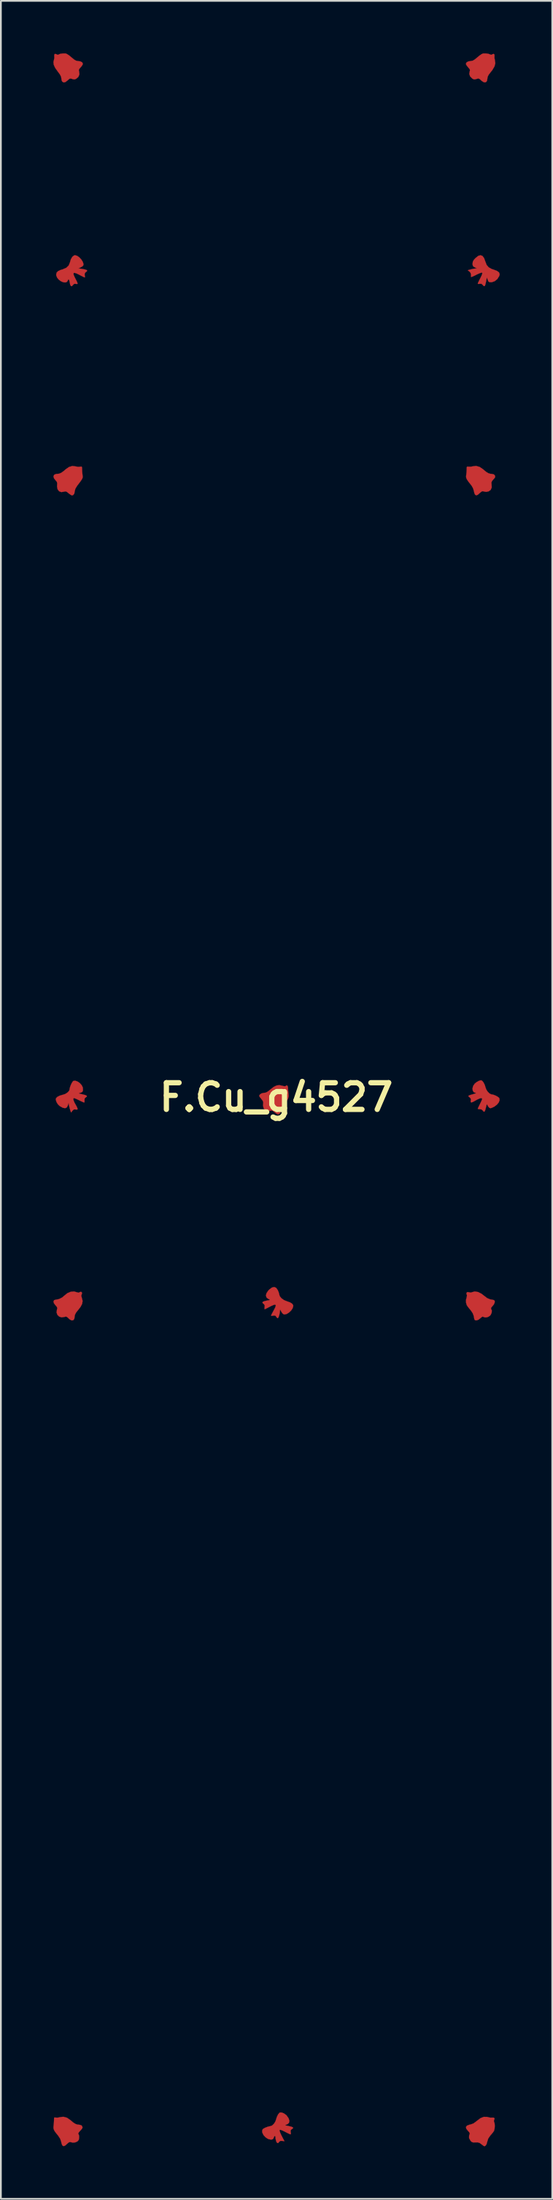
<source format=kicad_pcb>
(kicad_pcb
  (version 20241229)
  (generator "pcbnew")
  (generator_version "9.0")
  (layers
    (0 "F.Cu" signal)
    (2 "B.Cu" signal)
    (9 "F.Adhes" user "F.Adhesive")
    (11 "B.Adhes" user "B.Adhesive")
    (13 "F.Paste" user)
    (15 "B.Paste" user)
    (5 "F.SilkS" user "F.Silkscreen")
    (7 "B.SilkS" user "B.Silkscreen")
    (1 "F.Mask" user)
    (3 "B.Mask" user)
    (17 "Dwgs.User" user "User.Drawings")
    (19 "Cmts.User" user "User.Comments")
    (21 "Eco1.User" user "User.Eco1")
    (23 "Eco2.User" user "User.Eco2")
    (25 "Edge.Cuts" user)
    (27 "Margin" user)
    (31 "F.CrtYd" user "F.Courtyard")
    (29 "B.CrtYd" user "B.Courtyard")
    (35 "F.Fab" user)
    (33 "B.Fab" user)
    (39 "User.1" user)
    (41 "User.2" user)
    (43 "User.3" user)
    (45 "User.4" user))
  (footprint "F.Cu_g4527"
    (layer "F.Cu")
    (at 12.734 59.617)
    (property "Reference" "F.Cu_g4527" (at 0 0 0) (layer "F.SilkS") (effects (font (size 1.524 1.524) (thickness 0.3))))
    (attr through_hole)
    (fp_poly (pts (xy -11.382 11.137) (xy -11.291 11.159) (xy -11.235 11.13) (xy -11.16 11.103) (xy -11.108 11.138) (xy -11.1 11.211) (xy -11.118 11.251) (xy -11.14 11.334) (xy -11.11 11.451) (xy -11.105 11.463) (xy -11.065 11.629) (xy -11.091 11.796) (xy -11.187 11.976) (xy -11.307 12.129) (xy -11.437 12.293) (xy -11.503 12.42) (xy -11.515 12.487) (xy -11.537 12.645) (xy -11.6 12.73) (xy -11.696 12.74) (xy -11.816 12.671) (xy -11.87 12.62) (xy -11.954 12.543) (xy -12.022 12.521) (xy -12.103 12.542) (xy -12.263 12.566) (xy -12.402 12.521) (xy -12.503 12.424) (xy -12.551 12.29) (xy -12.533 12.138) (xy -12.51 12.049) (xy -12.527 11.981) (xy -12.592 11.899) (xy -12.619 11.871) (xy -12.706 11.752) (xy -12.727 11.651) (xy -12.686 11.581) (xy -12.59 11.557) (xy -12.414 11.523) (xy -12.235 11.433) (xy -12.107 11.326) (xy -11.937 11.187) (xy -11.744 11.106) (xy -11.55 11.089) (xy -11.382 11.137)) (stroke (width 0.01) (type solid)) (fill yes) (layer "F.Cu"))
    (fp_poly (pts (xy -11.468 -36.032) (xy -11.461 -36.03) (xy -11.331 -36.005) (xy -11.219 -36.011) (xy -11.137 -36.022) (xy -11.102 -35.997) (xy -11.094 -35.915) (xy -11.094 -35.872) (xy -11.088 -35.714) (xy -11.071 -35.55) (xy -11.069 -35.539) (xy -11.059 -35.464) (xy -11.061 -35.402) (xy -11.081 -35.338) (xy -11.129 -35.256) (xy -11.211 -35.14) (xy -11.335 -34.977) (xy -11.377 -34.922) (xy -11.479 -34.755) (xy -11.515 -34.61) (xy -11.54 -34.474) (xy -11.607 -34.392) (xy -11.67 -34.375) (xy -11.732 -34.401) (xy -11.826 -34.467) (xy -11.869 -34.502) (xy -11.968 -34.58) (xy -12.042 -34.606) (xy -12.121 -34.589) (xy -12.124 -34.588) (xy -12.28 -34.564) (xy -12.407 -34.613) (xy -12.492 -34.722) (xy -12.524 -34.882) (xy -12.52 -34.944) (xy -12.514 -35.074) (xy -12.54 -35.158) (xy -12.599 -35.226) (xy -12.699 -35.352) (xy -12.728 -35.464) (xy -12.689 -35.551) (xy -12.585 -35.598) (xy -12.523 -35.602) (xy -12.399 -35.617) (xy -12.277 -35.67) (xy -12.137 -35.772) (xy -12.037 -35.86) (xy -11.844 -35.996) (xy -11.651 -36.054) (xy -11.468 -36.032)) (stroke (width 0.01) (type solid)) (fill yes) (layer "F.Cu"))
    (fp_poly (pts (xy 0.334 -0.663) (xy 0.445 -0.634) (xy 0.519 -0.632) (xy 0.532 -0.64) (xy 0.589 -0.685) (xy 0.641 -0.66) (xy 0.671 -0.579) (xy 0.672 -0.54) (xy 0.678 -0.399) (xy 0.698 -0.25) (xy 0.699 -0.246) (xy 0.713 -0.069) (xy 0.673 0.086) (xy 0.569 0.245) (xy 0.513 0.309) (xy 0.373 0.476) (xy 0.291 0.609) (xy 0.257 0.728) (xy 0.254 0.772) (xy 0.225 0.887) (xy 0.152 0.961) (xy 0.099 0.974) (xy 0.036 0.948) (xy -0.058 0.882) (xy -0.094 0.852) (xy -0.196 0.775) (xy -0.274 0.754) (xy -0.332 0.767) (xy -0.488 0.788) (xy -0.62 0.738) (xy -0.714 0.632) (xy -0.753 0.482) (xy -0.748 0.395) (xy -0.741 0.283) (xy -0.775 0.192) (xy -0.848 0.098) (xy -0.924 0.003) (xy -0.969 -0.067) (xy -0.974 -0.083) (xy -0.936 -0.161) (xy -0.841 -0.223) (xy -0.718 -0.253) (xy -0.697 -0.254) (xy -0.591 -0.271) (xy -0.48 -0.33) (xy -0.344 -0.44) (xy -0.15 -0.592) (xy 0.018 -0.675) (xy 0.178 -0.696) (xy 0.334 -0.663)) (stroke (width 0.01) (type solid)) (fill yes) (layer "F.Cu"))
    (fp_poly (pts (xy 12.047 58.227) (xy 12.111 58.246) (xy 12.235 58.271) (xy 12.341 58.268) (xy 12.432 58.27) (xy 12.476 58.317) (xy 12.455 58.388) (xy 12.452 58.392) (xy 12.433 58.472) (xy 12.448 58.506) (xy 12.477 58.603) (xy 12.486 58.745) (xy 12.476 58.894) (xy 12.447 59.013) (xy 12.441 59.026) (xy 12.384 59.112) (xy 12.293 59.222) (xy 12.246 59.273) (xy 12.116 59.456) (xy 12.06 59.631) (xy 12.012 59.797) (xy 11.943 59.885) (xy 11.888 59.901) (xy 11.841 59.877) (xy 11.757 59.814) (xy 11.721 59.785) (xy 11.614 59.71) (xy 11.508 59.681) (xy 11.385 59.683) (xy 11.256 59.685) (xy 11.175 59.66) (xy 11.108 59.595) (xy 11.097 59.582) (xy 11.018 59.434) (xy 11.021 59.291) (xy 11.047 59.228) (xy 11.06 59.163) (xy 11.017 59.089) (xy 10.963 59.032) (xy 10.861 58.907) (xy 10.84 58.804) (xy 10.9 58.726) (xy 11.041 58.673) (xy 11.104 58.661) (xy 11.263 58.604) (xy 11.444 58.474) (xy 11.477 58.445) (xy 11.678 58.295) (xy 11.865 58.224) (xy 12.047 58.227)) (stroke (width 0.01) (type solid)) (fill yes) (layer "F.Cu"))
    (fp_poly (pts (xy 11.618 -36.002) (xy 11.815 -35.869) (xy 11.825 -35.86) (xy 11.986 -35.724) (xy 12.115 -35.644) (xy 12.235 -35.608) (xy 12.315 -35.602) (xy 12.437 -35.573) (xy 12.491 -35.513) (xy 12.512 -35.448) (xy 12.489 -35.383) (xy 12.411 -35.293) (xy 12.407 -35.288) (xy 12.324 -35.189) (xy 12.294 -35.105) (xy 12.302 -35.019) (xy 12.312 -34.83) (xy 12.254 -34.692) (xy 12.141 -34.61) (xy 11.997 -34.576) (xy 11.885 -34.596) (xy 11.8 -34.616) (xy 11.731 -34.596) (xy 11.644 -34.524) (xy 11.626 -34.507) (xy 11.514 -34.411) (xy 11.436 -34.379) (xy 11.375 -34.406) (xy 11.356 -34.428) (xy 11.323 -34.502) (xy 11.294 -34.619) (xy 11.29 -34.643) (xy 11.246 -34.783) (xy 11.167 -34.924) (xy 11.146 -34.952) (xy 11.011 -35.122) (xy 10.922 -35.244) (xy 10.871 -35.336) (xy 10.849 -35.414) (xy 10.85 -35.496) (xy 10.858 -35.56) (xy 10.875 -35.715) (xy 10.883 -35.862) (xy 10.883 -35.893) (xy 10.886 -35.988) (xy 10.917 -36.021) (xy 10.992 -36.014) (xy 11.118 -36.012) (xy 11.226 -36.035) (xy 11.419 -36.058) (xy 11.618 -36.002)) (stroke (width 0.01) (type solid)) (fill yes) (layer "F.Cu"))
    (fp_poly (pts (xy -12.034 -59.612) (xy -11.957 -59.581) (xy -11.843 -59.507) (xy -11.716 -59.404) (xy -11.705 -59.394) (xy -11.556 -59.27) (xy -11.442 -59.203) (xy -11.344 -59.182) (xy -11.342 -59.182) (xy -11.193 -59.161) (xy -11.089 -59.106) (xy -11.049 -59.025) (xy -11.049 -59.024) (xy -11.077 -58.951) (xy -11.147 -58.855) (xy -11.178 -58.821) (xy -11.257 -58.729) (xy -11.282 -58.659) (xy -11.265 -58.58) (xy -11.263 -58.575) (xy -11.246 -58.421) (xy -11.306 -58.279) (xy -11.411 -58.182) (xy -11.508 -58.134) (xy -11.601 -58.14) (xy -11.655 -58.158) (xy -11.744 -58.184) (xy -11.811 -58.17) (xy -11.892 -58.105) (xy -11.917 -58.081) (xy -12.042 -57.983) (xy -12.142 -57.959) (xy -12.226 -58.005) (xy -12.262 -58.081) (xy -12.277 -58.19) (xy -12.297 -58.295) (xy -12.365 -58.423) (xy -12.487 -58.588) (xy -12.634 -58.795) (xy -12.713 -58.97) (xy -12.729 -59.126) (xy -12.703 -59.238) (xy -12.677 -59.359) (xy -12.682 -59.455) (xy -12.681 -59.55) (xy -12.632 -59.592) (xy -12.555 -59.566) (xy -12.55 -59.561) (xy -12.475 -59.534) (xy -12.435 -59.554) (xy -12.344 -59.592) (xy -12.198 -59.612) (xy -12.034 -59.612)) (stroke (width 0.01) (type solid)) (fill yes) (layer "F.Cu"))
    (fp_poly (pts (xy -11.961 58.274) (xy -11.76 58.411) (xy -11.754 58.417) (xy -11.594 58.552) (xy -11.465 58.632) (xy -11.345 58.669) (xy -11.265 58.674) (xy -11.143 58.703) (xy -11.089 58.763) (xy -11.068 58.825) (xy -11.088 58.886) (xy -11.157 58.971) (xy -11.197 59.012) (xy -11.286 59.117) (xy -11.316 59.184) (xy -11.307 59.201) (xy -11.273 59.263) (xy -11.261 59.372) (xy -11.273 59.491) (xy -11.288 59.543) (xy -11.361 59.627) (xy -11.483 59.682) (xy -11.621 59.695) (xy -11.695 59.68) (xy -11.779 59.66) (xy -11.849 59.681) (xy -11.936 59.752) (xy -11.954 59.769) (xy -12.065 59.865) (xy -12.144 59.897) (xy -12.204 59.87) (xy -12.223 59.849) (xy -12.257 59.774) (xy -12.286 59.658) (xy -12.29 59.633) (xy -12.346 59.474) (xy -12.459 59.301) (xy -12.476 59.28) (xy -12.603 59.124) (xy -12.682 59.008) (xy -12.721 58.911) (xy -12.729 58.812) (xy -12.719 58.716) (xy -12.704 58.561) (xy -12.697 58.414) (xy -12.697 58.384) (xy -12.693 58.289) (xy -12.664 58.257) (xy -12.6 58.267) (xy -12.487 58.271) (xy -12.365 58.246) (xy -12.164 58.219) (xy -11.961 58.274)) (stroke (width 0.01) (type solid)) (fill yes) (layer "F.Cu"))
    (fp_poly (pts (xy 11.534 11.12) (xy 11.731 11.22) (xy 11.855 11.317) (xy 12.044 11.462) (xy 12.208 11.534) (xy 12.227 11.538) (xy 12.344 11.559) (xy 12.428 11.578) (xy 12.435 11.58) (xy 12.484 11.632) (xy 12.48 11.723) (xy 12.431 11.832) (xy 12.361 11.917) (xy 12.279 12.014) (xy 12.272 12.076) (xy 12.276 12.082) (xy 12.318 12.176) (xy 12.308 12.302) (xy 12.252 12.425) (xy 12.215 12.469) (xy 12.102 12.543) (xy 11.974 12.573) (xy 11.862 12.554) (xy 11.828 12.53) (xy 11.77 12.528) (xy 11.678 12.6) (xy 11.663 12.615) (xy 11.557 12.698) (xy 11.449 12.739) (xy 11.364 12.732) (xy 11.326 12.689) (xy 11.308 12.614) (xy 11.287 12.499) (xy 11.284 12.483) (xy 11.233 12.343) (xy 11.133 12.188) (xy 11.097 12.144) (xy 10.998 12.025) (xy 10.918 11.917) (xy 10.886 11.867) (xy 10.845 11.723) (xy 10.844 11.559) (xy 10.881 11.427) (xy 10.9 11.314) (xy 10.883 11.267) (xy 10.867 11.177) (xy 10.912 11.124) (xy 10.998 11.13) (xy 11.013 11.137) (xy 11.122 11.153) (xy 11.182 11.13) (xy 11.346 11.089) (xy 11.534 11.12)) (stroke (width 0.01) (type solid)) (fill yes) (layer "F.Cu"))
    (fp_poly (pts (xy 11.993 -59.612) (xy 12.138 -59.59) (xy 12.224 -59.554) (xy 12.295 -59.536) (xy 12.338 -59.561) (xy 12.416 -59.592) (xy 12.468 -59.554) (xy 12.472 -59.463) (xy 12.471 -59.458) (xy 12.468 -59.35) (xy 12.494 -59.226) (xy 12.494 -59.225) (xy 12.517 -59.054) (xy 12.468 -58.87) (xy 12.345 -58.664) (xy 12.257 -58.553) (xy 12.14 -58.401) (xy 12.08 -58.282) (xy 12.065 -58.192) (xy 12.041 -58.046) (xy 11.974 -57.97) (xy 11.874 -57.967) (xy 11.75 -58.039) (xy 11.704 -58.081) (xy 11.617 -58.16) (xy 11.551 -58.185) (xy 11.47 -58.168) (xy 11.444 -58.158) (xy 11.336 -58.131) (xy 11.247 -58.153) (xy 11.2 -58.182) (xy 11.079 -58.302) (xy 11.031 -58.447) (xy 11.052 -58.575) (xy 11.071 -58.656) (xy 11.048 -58.725) (xy 10.971 -58.815) (xy 10.966 -58.821) (xy 10.886 -58.918) (xy 10.841 -59.003) (xy 10.837 -59.024) (xy 10.876 -59.104) (xy 10.979 -59.16) (xy 11.127 -59.182) (xy 11.13 -59.182) (xy 11.228 -59.202) (xy 11.342 -59.268) (xy 11.489 -59.39) (xy 11.493 -59.394) (xy 11.621 -59.498) (xy 11.736 -59.576) (xy 11.817 -59.611) (xy 11.822 -59.612) (xy 11.993 -59.612)) (stroke (width 0.01) (type solid)) (fill yes) (layer "F.Cu"))
    (fp_poly (pts (xy 11.783 -48.05) (xy 11.876 -47.927) (xy 11.946 -47.732) (xy 12.021 -47.538) (xy 12.136 -47.401) (xy 12.308 -47.306) (xy 12.416 -47.27) (xy 12.611 -47.197) (xy 12.726 -47.112) (xy 12.766 -47.011) (xy 12.745 -46.911) (xy 12.638 -46.737) (xy 12.491 -46.613) (xy 12.323 -46.553) (xy 12.291 -46.551) (xy 12.182 -46.555) (xy 12.124 -46.593) (xy 12.084 -46.685) (xy 12.083 -46.689) (xy 12.036 -46.832) (xy 11.985 -46.572) (xy 11.948 -46.414) (xy 11.91 -46.333) (xy 11.866 -46.326) (xy 11.808 -46.384) (xy 11.797 -46.399) (xy 11.725 -46.462) (xy 11.626 -46.458) (xy 11.545 -46.45) (xy 11.515 -46.468) (xy 11.533 -46.522) (xy 11.583 -46.628) (xy 11.652 -46.765) (xy 11.664 -46.787) (xy 11.746 -46.958) (xy 11.777 -47.062) (xy 11.766 -47.097) (xy 11.709 -47.093) (xy 11.599 -47.054) (xy 11.459 -46.99) (xy 11.427 -46.973) (xy 11.289 -46.905) (xy 11.185 -46.861) (xy 11.132 -46.849) (xy 11.129 -46.852) (xy 11.128 -46.916) (xy 11.132 -46.981) (xy 11.104 -47.084) (xy 11.043 -47.156) (xy 10.945 -47.235) (xy 11.114 -47.281) (xy 11.25 -47.313) (xy 11.37 -47.331) (xy 11.388 -47.332) (xy 11.451 -47.337) (xy 11.447 -47.353) (xy 11.371 -47.389) (xy 11.356 -47.396) (xy 11.261 -47.45) (xy 11.224 -47.523) (xy 11.218 -47.609) (xy 11.233 -47.721) (xy 11.289 -47.823) (xy 11.383 -47.926) (xy 11.536 -48.05) (xy 11.67 -48.091) (xy 11.783 -48.05)) (stroke (width 0.01) (type solid)) (fill yes) (layer "F.Cu"))
    (fp_poly (pts (xy -11.378 -48.057) (xy -11.254 -47.97) (xy -11.141 -47.85) (xy -11.056 -47.716) (xy -11.015 -47.591) (xy -11.022 -47.518) (xy -11.077 -47.457) (xy -11.174 -47.399) (xy -11.18 -47.396) (xy -11.312 -47.341) (xy -11.107 -47.313) (xy -10.972 -47.288) (xy -10.867 -47.258) (xy -10.837 -47.245) (xy -10.802 -47.208) (xy -10.831 -47.166) (xy -10.872 -47.135) (xy -10.941 -47.064) (xy -10.948 -46.971) (xy -10.942 -46.944) (xy -10.93 -46.857) (xy -10.939 -46.821) (xy -10.939 -46.821) (xy -10.986 -46.839) (xy -11.086 -46.888) (xy -11.221 -46.957) (xy -11.246 -46.971) (xy -11.422 -47.056) (xy -11.534 -47.087) (xy -11.585 -47.062) (xy -11.578 -46.978) (xy -11.515 -46.831) (xy -11.482 -46.766) (xy -11.399 -46.605) (xy -11.358 -46.506) (xy -11.356 -46.457) (xy -11.393 -46.446) (xy -11.45 -46.457) (xy -11.548 -46.457) (xy -11.609 -46.398) (xy -11.677 -46.323) (xy -11.733 -46.332) (xy -11.776 -46.421) (xy -11.792 -46.504) (xy -11.821 -46.642) (xy -11.854 -46.711) (xy -11.887 -46.704) (xy -11.908 -46.651) (xy -11.964 -46.565) (xy -12.059 -46.535) (xy -12.178 -46.552) (xy -12.305 -46.608) (xy -12.423 -46.695) (xy -12.516 -46.805) (xy -12.567 -46.929) (xy -12.573 -46.985) (xy -12.549 -47.095) (xy -12.469 -47.18) (xy -12.322 -47.249) (xy -12.203 -47.284) (xy -11.998 -47.372) (xy -11.858 -47.507) (xy -11.79 -47.674) (xy -11.735 -47.857) (xy -11.653 -47.997) (xy -11.554 -48.077) (xy -11.496 -48.091) (xy -11.378 -48.057)) (stroke (width 0.01) (type solid)) (fill yes) (layer "F.Cu"))
    (fp_poly (pts (xy -11.357 -0.904) (xy -11.229 -0.817) (xy -11.122 -0.701) (xy -11.057 -0.573) (xy -11.049 -0.529) (xy -11.044 -0.393) (xy -11.077 -0.315) (xy -11.158 -0.27) (xy -11.187 -0.262) (xy -11.26 -0.24) (xy -11.277 -0.224) (xy -11.23 -0.206) (xy -11.11 -0.179) (xy -11.081 -0.173) (xy -10.915 -0.13) (xy -10.829 -0.089) (xy -10.821 -0.046) (xy -10.883 0.002) (xy -10.948 0.063) (xy -10.956 0.163) (xy -10.955 0.173) (xy -10.953 0.26) (xy -10.973 0.296) (xy -10.973 0.296) (xy -11.027 0.278) (xy -11.132 0.232) (xy -11.261 0.169) (xy -11.395 0.104) (xy -11.502 0.059) (xy -11.556 0.042) (xy -11.595 0.074) (xy -11.585 0.164) (xy -11.528 0.302) (xy -11.472 0.402) (xy -11.387 0.557) (xy -11.351 0.653) (xy -11.366 0.697) (xy -11.429 0.699) (xy -11.457 0.693) (xy -11.555 0.689) (xy -11.631 0.749) (xy -11.645 0.766) (xy -11.721 0.867) (xy -11.76 0.762) (xy -11.794 0.649) (xy -11.828 0.509) (xy -11.832 0.487) (xy -11.865 0.318) (xy -11.902 0.452) (xy -11.964 0.574) (xy -12.062 0.622) (xy -12.199 0.595) (xy -12.377 0.495) (xy -12.478 0.396) (xy -12.555 0.269) (xy -12.594 0.143) (xy -12.589 0.064) (xy -12.518 -0.017) (xy -12.384 -0.09) (xy -12.206 -0.144) (xy -12.177 -0.15) (xy -12.046 -0.196) (xy -11.926 -0.275) (xy -11.839 -0.365) (xy -11.811 -0.439) (xy -11.793 -0.547) (xy -11.747 -0.681) (xy -11.686 -0.811) (xy -11.625 -0.907) (xy -11.595 -0.934) (xy -11.486 -0.948) (xy -11.357 -0.904)) (stroke (width 0.01) (type solid)) (fill yes) (layer "F.Cu"))
    (fp_poly (pts (xy 0.317 57.978) (xy 0.443 58.03) (xy 0.562 58.115) (xy 0.598 58.151) (xy 0.708 58.311) (xy 0.751 58.454) (xy 0.726 58.57) (xy 0.634 58.648) (xy 0.587 58.663) (xy 0.522 58.683) (xy 0.511 58.699) (xy 0.563 58.718) (xy 0.689 58.745) (xy 0.715 58.751) (xy 0.876 58.791) (xy 0.956 58.832) (xy 0.959 58.876) (xy 0.89 58.928) (xy 0.886 58.929) (xy 0.826 58.983) (xy 0.82 59.068) (xy 0.826 59.1) (xy 0.835 59.187) (xy 0.818 59.224) (xy 0.817 59.224) (xy 0.764 59.206) (xy 0.659 59.156) (xy 0.521 59.087) (xy 0.499 59.075) (xy 0.333 58.994) (xy 0.23 58.962) (xy 0.188 58.974) (xy 0.193 59.032) (xy 0.231 59.142) (xy 0.295 59.283) (xy 0.314 59.319) (xy 0.469 59.615) (xy 0.338 59.596) (xy 0.229 59.598) (xy 0.168 59.65) (xy 0.166 59.655) (xy 0.106 59.724) (xy 0.047 59.709) (xy -0.001 59.624) (xy -0.033 59.5) (xy -0.042 59.412) (xy -0.058 59.327) (xy -0.095 59.317) (xy -0.135 59.382) (xy -0.144 59.415) (xy -0.177 59.487) (xy -0.246 59.517) (xy -0.323 59.521) (xy -0.468 59.485) (xy -0.611 59.392) (xy -0.728 59.263) (xy -0.796 59.122) (xy -0.804 59.058) (xy -0.794 58.969) (xy -0.748 58.909) (xy -0.646 58.852) (xy -0.624 58.842) (xy -0.493 58.792) (xy -0.378 58.763) (xy -0.347 58.76) (xy -0.243 58.722) (xy -0.138 58.627) (xy -0.053 58.498) (xy -0.018 58.399) (xy 0.036 58.229) (xy 0.106 58.086) (xy 0.182 57.994) (xy 0.217 57.974) (xy 0.317 57.978)) (stroke (width 0.01) (type solid)) (fill yes) (layer "F.Cu"))
    (fp_poly (pts (xy 11.774 -0.936) (xy 11.849 -0.839) (xy 11.916 -0.705) (xy 11.959 -0.56) (xy 12.005 -0.437) (xy 12.088 -0.315) (xy 12.187 -0.218) (xy 12.279 -0.171) (xy 12.294 -0.169) (xy 12.405 -0.148) (xy 12.539 -0.096) (xy 12.661 -0.028) (xy 12.74 0.039) (xy 12.746 0.05) (xy 12.762 0.163) (xy 12.713 0.292) (xy 12.609 0.42) (xy 12.463 0.529) (xy 12.432 0.545) (xy 12.313 0.602) (xy 12.242 0.621) (xy 12.192 0.606) (xy 12.151 0.572) (xy 12.081 0.48) (xy 12.055 0.408) (xy 12.039 0.392) (xy 12.014 0.451) (xy 11.986 0.56) (xy 11.942 0.727) (xy 11.9 0.813) (xy 11.857 0.822) (xy 11.812 0.763) (xy 11.728 0.691) (xy 11.64 0.677) (xy 11.552 0.671) (xy 11.515 0.655) (xy 11.515 0.655) (xy 11.532 0.609) (xy 11.579 0.509) (xy 11.642 0.381) (xy 11.707 0.246) (xy 11.752 0.14) (xy 11.769 0.086) (xy 11.737 0.046) (xy 11.647 0.056) (xy 11.509 0.114) (xy 11.409 0.169) (xy 11.254 0.255) (xy 11.158 0.291) (xy 11.114 0.276) (xy 11.112 0.212) (xy 11.118 0.185) (xy 11.122 0.087) (xy 11.062 0.01) (xy 11.045 -0.003) (xy 10.993 -0.046) (xy 10.978 -0.077) (xy 11.012 -0.105) (xy 11.106 -0.138) (xy 11.269 -0.185) (xy 11.291 -0.191) (xy 11.387 -0.222) (xy 11.421 -0.244) (xy 11.401 -0.25) (xy 11.292 -0.289) (xy 11.229 -0.38) (xy 11.214 -0.506) (xy 11.25 -0.645) (xy 11.333 -0.772) (xy 11.442 -0.864) (xy 11.573 -0.938) (xy 11.69 -0.973) (xy 11.704 -0.974) (xy 11.774 -0.936)) (stroke (width 0.01) (type solid)) (fill yes) (layer "F.Cu"))
    (fp_poly (pts (xy -0.003 10.884) (xy 0.084 11.005) (xy 0.137 11.128) (xy 0.167 11.232) (xy 0.169 11.256) (xy 0.206 11.366) (xy 0.303 11.48) (xy 0.439 11.578) (xy 0.589 11.641) (xy 0.792 11.713) (xy 0.922 11.798) (xy 0.973 11.894) (xy 0.974 11.906) (xy 0.939 12.04) (xy 0.85 12.176) (xy 0.726 12.294) (xy 0.59 12.375) (xy 0.46 12.4) (xy 0.443 12.398) (xy 0.371 12.352) (xy 0.299 12.258) (xy 0.286 12.234) (xy 0.239 12.145) (xy 0.217 12.127) (xy 0.212 12.174) (xy 0.211 12.192) (xy 0.2 12.31) (xy 0.172 12.437) (xy 0.135 12.546) (xy 0.097 12.609) (xy 0.084 12.615) (xy 0.036 12.582) (xy -0.001 12.528) (xy -0.055 12.467) (xy -0.14 12.462) (xy -0.172 12.468) (xy -0.259 12.479) (xy -0.296 12.467) (xy -0.296 12.467) (xy -0.277 12.419) (xy -0.226 12.318) (xy -0.154 12.184) (xy -0.143 12.164) (xy -0.056 11.994) (xy -0.024 11.887) (xy -0.05 11.84) (xy -0.137 11.851) (xy -0.287 11.916) (xy -0.344 11.945) (xy -0.482 12.017) (xy -0.592 12.073) (xy -0.65 12.101) (xy -0.652 12.102) (xy -0.671 12.078) (xy -0.666 11.998) (xy -0.664 11.987) (xy -0.658 11.881) (xy -0.705 11.81) (xy -0.73 11.792) (xy -0.788 11.732) (xy -0.772 11.684) (xy -0.678 11.642) (xy -0.529 11.608) (xy -0.407 11.585) (xy -0.359 11.568) (xy -0.376 11.548) (xy -0.435 11.522) (xy -0.548 11.441) (xy -0.589 11.327) (xy -0.558 11.189) (xy -0.456 11.038) (xy -0.396 10.977) (xy -0.245 10.864) (xy -0.114 10.833) (xy -0.003 10.884)) (stroke (width 0.01) (type solid)) (fill yes) (layer "F.Cu")))
  (gr_rect
    (start -3 -3)
    (end 28.505 122.523)
    (stroke (width 0.1) (type default))
    (fill no)
    (layer "Edge.Cuts")))
</source>
